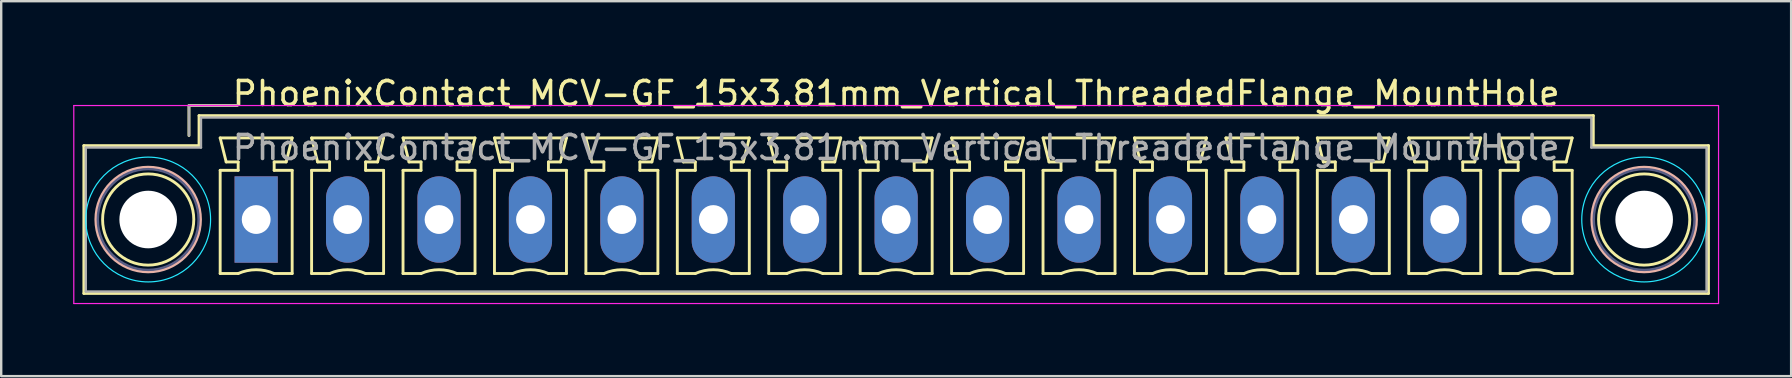
<source format=kicad_pcb>
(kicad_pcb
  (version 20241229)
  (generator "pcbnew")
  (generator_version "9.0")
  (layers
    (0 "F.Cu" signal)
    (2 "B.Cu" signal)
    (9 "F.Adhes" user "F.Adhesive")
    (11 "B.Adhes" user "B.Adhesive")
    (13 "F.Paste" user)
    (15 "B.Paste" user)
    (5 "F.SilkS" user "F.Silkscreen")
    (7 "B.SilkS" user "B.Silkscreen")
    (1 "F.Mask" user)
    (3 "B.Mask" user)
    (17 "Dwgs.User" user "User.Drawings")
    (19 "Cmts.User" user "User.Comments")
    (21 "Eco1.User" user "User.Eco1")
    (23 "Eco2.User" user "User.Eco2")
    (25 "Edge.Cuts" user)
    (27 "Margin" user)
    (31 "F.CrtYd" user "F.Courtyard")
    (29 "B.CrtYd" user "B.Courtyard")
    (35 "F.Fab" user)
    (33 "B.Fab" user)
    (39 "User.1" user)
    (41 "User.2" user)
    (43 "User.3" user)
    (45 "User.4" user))
  (footprint "PhoenixContact_MCV-GF_15x3.81mm_Vertical_ThreadedFlange_MountHole"
    (layer "F.Cu")
    (at 7.625 6.098)
    (property "Reference" "PhoenixContact_MCV-GF_15x3.81mm_Vertical_ThreadedFlange_MountHole" (at 26.67 -5.25 0) (layer "F.SilkS") (effects (font (size 1 1) (thickness 0.15))))
    (attr through_hole)
    (fp_line (start -7.18 -3.08) (end -7.18 3.08) (stroke (width 0.12) (type solid)) (layer "F.SilkS"))
    (fp_line (start -7.18 3.08) (end 60.52 3.08) (stroke (width 0.12) (type solid)) (layer "F.SilkS"))
    (fp_line (start -2.8 -4.75) (end -0.8 -4.75) (stroke (width 0.12) (type solid)) (layer "F.SilkS"))
    (fp_line (start -2.8 -3.5) (end -2.8 -4.75) (stroke (width 0.12) (type solid)) (layer "F.SilkS"))
    (fp_line (start -2.38 -4.33) (end -2.38 -3.08) (stroke (width 0.12) (type solid)) (layer "F.SilkS"))
    (fp_line (start -2.38 -3.08) (end -7.18 -3.08) (stroke (width 0.12) (type solid)) (layer "F.SilkS"))
    (fp_line (start -1.5 -3.4) (end 1.5 -3.4) (stroke (width 0.12) (type solid)) (layer "F.SilkS"))
    (fp_line (start -1.5 -2.05) (end -0.75 -2.05) (stroke (width 0.12) (type solid)) (layer "F.SilkS"))
    (fp_line (start -1.5 2.25) (end -1.5 -2.05) (stroke (width 0.12) (type solid)) (layer "F.SilkS"))
    (fp_line (start -1.25 -2.4) (end -1.5 -3.4) (stroke (width 0.12) (type solid)) (layer "F.SilkS"))
    (fp_line (start -0.75 -2.4) (end -1.25 -2.4) (stroke (width 0.12) (type solid)) (layer "F.SilkS"))
    (fp_line (start -0.75 -2.05) (end -0.75 -2.4) (stroke (width 0.12) (type solid)) (layer "F.SilkS"))
    (fp_line (start -0.75 2.25) (end -1.5 2.25) (stroke (width 0.12) (type solid)) (layer "F.SilkS"))
    (fp_line (start 0.75 -2.4) (end 0.75 -2.05) (stroke (width 0.12) (type solid)) (layer "F.SilkS"))
    (fp_line (start 0.75 -2.05) (end 1.5 -2.05) (stroke (width 0.12) (type solid)) (layer "F.SilkS"))
    (fp_line (start 1.25 -2.4) (end 0.75 -2.4) (stroke (width 0.12) (type solid)) (layer "F.SilkS"))
    (fp_line (start 1.5 -3.4) (end 1.25 -2.4) (stroke (width 0.12) (type solid)) (layer "F.SilkS"))
    (fp_line (start 1.5 -2.05) (end 1.5 2.25) (stroke (width 0.12) (type solid)) (layer "F.SilkS"))
    (fp_line (start 1.5 2.25) (end 0.75 2.25) (stroke (width 0.12) (type solid)) (layer "F.SilkS"))
    (fp_line (start 2.31 -3.4) (end 5.31 -3.4) (stroke (width 0.12) (type solid)) (layer "F.SilkS"))
    (fp_line (start 2.31 -2.05) (end 3.06 -2.05) (stroke (width 0.12) (type solid)) (layer "F.SilkS"))
    (fp_line (start 2.31 2.25) (end 2.31 -2.05) (stroke (width 0.12) (type solid)) (layer "F.SilkS"))
    (fp_line (start 2.56 -2.4) (end 2.31 -3.4) (stroke (width 0.12) (type solid)) (layer "F.SilkS"))
    (fp_line (start 3.06 -2.4) (end 2.56 -2.4) (stroke (width 0.12) (type solid)) (layer "F.SilkS"))
    (fp_line (start 3.06 -2.05) (end 3.06 -2.4) (stroke (width 0.12) (type solid)) (layer "F.SilkS"))
    (fp_line (start 3.06 2.25) (end 2.31 2.25) (stroke (width 0.12) (type solid)) (layer "F.SilkS"))
    (fp_line (start 4.56 -2.4) (end 4.56 -2.05) (stroke (width 0.12) (type solid)) (layer "F.SilkS"))
    (fp_line (start 4.56 -2.05) (end 5.31 -2.05) (stroke (width 0.12) (type solid)) (layer "F.SilkS"))
    (fp_line (start 5.06 -2.4) (end 4.56 -2.4) (stroke (width 0.12) (type solid)) (layer "F.SilkS"))
    (fp_line (start 5.31 -3.4) (end 5.06 -2.4) (stroke (width 0.12) (type solid)) (layer "F.SilkS"))
    (fp_line (start 5.31 -2.05) (end 5.31 2.25) (stroke (width 0.12) (type solid)) (layer "F.SilkS"))
    (fp_line (start 5.31 2.25) (end 4.56 2.25) (stroke (width 0.12) (type solid)) (layer "F.SilkS"))
    (fp_line (start 6.12 -3.4) (end 9.12 -3.4) (stroke (width 0.12) (type solid)) (layer "F.SilkS"))
    (fp_line (start 6.12 -2.05) (end 6.87 -2.05) (stroke (width 0.12) (type solid)) (layer "F.SilkS"))
    (fp_line (start 6.12 2.25) (end 6.12 -2.05) (stroke (width 0.12) (type solid)) (layer "F.SilkS"))
    (fp_line (start 6.37 -2.4) (end 6.12 -3.4) (stroke (width 0.12) (type solid)) (layer "F.SilkS"))
    (fp_line (start 6.87 -2.4) (end 6.37 -2.4) (stroke (width 0.12) (type solid)) (layer "F.SilkS"))
    (fp_line (start 6.87 -2.05) (end 6.87 -2.4) (stroke (width 0.12) (type solid)) (layer "F.SilkS"))
    (fp_line (start 6.87 2.25) (end 6.12 2.25) (stroke (width 0.12) (type solid)) (layer "F.SilkS"))
    (fp_line (start 8.37 -2.4) (end 8.37 -2.05) (stroke (width 0.12) (type solid)) (layer "F.SilkS"))
    (fp_line (start 8.37 -2.05) (end 9.12 -2.05) (stroke (width 0.12) (type solid)) (layer "F.SilkS"))
    (fp_line (start 8.87 -2.4) (end 8.37 -2.4) (stroke (width 0.12) (type solid)) (layer "F.SilkS"))
    (fp_line (start 9.12 -3.4) (end 8.87 -2.4) (stroke (width 0.12) (type solid)) (layer "F.SilkS"))
    (fp_line (start 9.12 -2.05) (end 9.12 2.25) (stroke (width 0.12) (type solid)) (layer "F.SilkS"))
    (fp_line (start 9.12 2.25) (end 8.37 2.25) (stroke (width 0.12) (type solid)) (layer "F.SilkS"))
    (fp_line (start 9.93 -3.4) (end 12.93 -3.4) (stroke (width 0.12) (type solid)) (layer "F.SilkS"))
    (fp_line (start 9.93 -2.05) (end 10.68 -2.05) (stroke (width 0.12) (type solid)) (layer "F.SilkS"))
    (fp_line (start 9.93 2.25) (end 9.93 -2.05) (stroke (width 0.12) (type solid)) (layer "F.SilkS"))
    (fp_line (start 10.18 -2.4) (end 9.93 -3.4) (stroke (width 0.12) (type solid)) (layer "F.SilkS"))
    (fp_line (start 10.68 -2.4) (end 10.18 -2.4) (stroke (width 0.12) (type solid)) (layer "F.SilkS"))
    (fp_line (start 10.68 -2.05) (end 10.68 -2.4) (stroke (width 0.12) (type solid)) (layer "F.SilkS"))
    (fp_line (start 10.68 2.25) (end 9.93 2.25) (stroke (width 0.12) (type solid)) (layer "F.SilkS"))
    (fp_line (start 12.18 -2.4) (end 12.18 -2.05) (stroke (width 0.12) (type solid)) (layer "F.SilkS"))
    (fp_line (start 12.18 -2.05) (end 12.93 -2.05) (stroke (width 0.12) (type solid)) (layer "F.SilkS"))
    (fp_line (start 12.68 -2.4) (end 12.18 -2.4) (stroke (width 0.12) (type solid)) (layer "F.SilkS"))
    (fp_line (start 12.93 -3.4) (end 12.68 -2.4) (stroke (width 0.12) (type solid)) (layer "F.SilkS"))
    (fp_line (start 12.93 -2.05) (end 12.93 2.25) (stroke (width 0.12) (type solid)) (layer "F.SilkS"))
    (fp_line (start 12.93 2.25) (end 12.18 2.25) (stroke (width 0.12) (type solid)) (layer "F.SilkS"))
    (fp_line (start 13.74 -3.4) (end 16.74 -3.4) (stroke (width 0.12) (type solid)) (layer "F.SilkS"))
    (fp_line (start 13.74 -2.05) (end 14.49 -2.05) (stroke (width 0.12) (type solid)) (layer "F.SilkS"))
    (fp_line (start 13.74 2.25) (end 13.74 -2.05) (stroke (width 0.12) (type solid)) (layer "F.SilkS"))
    (fp_line (start 13.99 -2.4) (end 13.74 -3.4) (stroke (width 0.12) (type solid)) (layer "F.SilkS"))
    (fp_line (start 14.49 -2.4) (end 13.99 -2.4) (stroke (width 0.12) (type solid)) (layer "F.SilkS"))
    (fp_line (start 14.49 -2.05) (end 14.49 -2.4) (stroke (width 0.12) (type solid)) (layer "F.SilkS"))
    (fp_line (start 14.49 2.25) (end 13.74 2.25) (stroke (width 0.12) (type solid)) (layer "F.SilkS"))
    (fp_line (start 15.99 -2.4) (end 15.99 -2.05) (stroke (width 0.12) (type solid)) (layer "F.SilkS"))
    (fp_line (start 15.99 -2.05) (end 16.74 -2.05) (stroke (width 0.12) (type solid)) (layer "F.SilkS"))
    (fp_line (start 16.49 -2.4) (end 15.99 -2.4) (stroke (width 0.12) (type solid)) (layer "F.SilkS"))
    (fp_line (start 16.74 -3.4) (end 16.49 -2.4) (stroke (width 0.12) (type solid)) (layer "F.SilkS"))
    (fp_line (start 16.74 -2.05) (end 16.74 2.25) (stroke (width 0.12) (type solid)) (layer "F.SilkS"))
    (fp_line (start 16.74 2.25) (end 15.99 2.25) (stroke (width 0.12) (type solid)) (layer "F.SilkS"))
    (fp_line (start 17.55 -3.4) (end 20.55 -3.4) (stroke (width 0.12) (type solid)) (layer "F.SilkS"))
    (fp_line (start 17.55 -2.05) (end 18.3 -2.05) (stroke (width 0.12) (type solid)) (layer "F.SilkS"))
    (fp_line (start 17.55 2.25) (end 17.55 -2.05) (stroke (width 0.12) (type solid)) (layer "F.SilkS"))
    (fp_line (start 17.8 -2.4) (end 17.55 -3.4) (stroke (width 0.12) (type solid)) (layer "F.SilkS"))
    (fp_line (start 18.3 -2.4) (end 17.8 -2.4) (stroke (width 0.12) (type solid)) (layer "F.SilkS"))
    (fp_line (start 18.3 -2.05) (end 18.3 -2.4) (stroke (width 0.12) (type solid)) (layer "F.SilkS"))
    (fp_line (start 18.3 2.25) (end 17.55 2.25) (stroke (width 0.12) (type solid)) (layer "F.SilkS"))
    (fp_line (start 19.8 -2.4) (end 19.8 -2.05) (stroke (width 0.12) (type solid)) (layer "F.SilkS"))
    (fp_line (start 19.8 -2.05) (end 20.55 -2.05) (stroke (width 0.12) (type solid)) (layer "F.SilkS"))
    (fp_line (start 20.3 -2.4) (end 19.8 -2.4) (stroke (width 0.12) (type solid)) (layer "F.SilkS"))
    (fp_line (start 20.55 -3.4) (end 20.3 -2.4) (stroke (width 0.12) (type solid)) (layer "F.SilkS"))
    (fp_line (start 20.55 -2.05) (end 20.55 2.25) (stroke (width 0.12) (type solid)) (layer "F.SilkS"))
    (fp_line (start 20.55 2.25) (end 19.8 2.25) (stroke (width 0.12) (type solid)) (layer "F.SilkS"))
    (fp_line (start 21.36 -3.4) (end 24.36 -3.4) (stroke (width 0.12) (type solid)) (layer "F.SilkS"))
    (fp_line (start 21.36 -2.05) (end 22.11 -2.05) (stroke (width 0.12) (type solid)) (layer "F.SilkS"))
    (fp_line (start 21.36 2.25) (end 21.36 -2.05) (stroke (width 0.12) (type solid)) (layer "F.SilkS"))
    (fp_line (start 21.61 -2.4) (end 21.36 -3.4) (stroke (width 0.12) (type solid)) (layer "F.SilkS"))
    (fp_line (start 22.11 -2.4) (end 21.61 -2.4) (stroke (width 0.12) (type solid)) (layer "F.SilkS"))
    (fp_line (start 22.11 -2.05) (end 22.11 -2.4) (stroke (width 0.12) (type solid)) (layer "F.SilkS"))
    (fp_line (start 22.11 2.25) (end 21.36 2.25) (stroke (width 0.12) (type solid)) (layer "F.SilkS"))
    (fp_line (start 23.61 -2.4) (end 23.61 -2.05) (stroke (width 0.12) (type solid)) (layer "F.SilkS"))
    (fp_line (start 23.61 -2.05) (end 24.36 -2.05) (stroke (width 0.12) (type solid)) (layer "F.SilkS"))
    (fp_line (start 24.11 -2.4) (end 23.61 -2.4) (stroke (width 0.12) (type solid)) (layer "F.SilkS"))
    (fp_line (start 24.36 -3.4) (end 24.11 -2.4) (stroke (width 0.12) (type solid)) (layer "F.SilkS"))
    (fp_line (start 24.36 -2.05) (end 24.36 2.25) (stroke (width 0.12) (type solid)) (layer "F.SilkS"))
    (fp_line (start 24.36 2.25) (end 23.61 2.25) (stroke (width 0.12) (type solid)) (layer "F.SilkS"))
    (fp_line (start 25.17 -3.4) (end 28.17 -3.4) (stroke (width 0.12) (type solid)) (layer "F.SilkS"))
    (fp_line (start 25.17 -2.05) (end 25.92 -2.05) (stroke (width 0.12) (type solid)) (layer "F.SilkS"))
    (fp_line (start 25.17 2.25) (end 25.17 -2.05) (stroke (width 0.12) (type solid)) (layer "F.SilkS"))
    (fp_line (start 25.42 -2.4) (end 25.17 -3.4) (stroke (width 0.12) (type solid)) (layer "F.SilkS"))
    (fp_line (start 25.92 -2.4) (end 25.42 -2.4) (stroke (width 0.12) (type solid)) (layer "F.SilkS"))
    (fp_line (start 25.92 -2.05) (end 25.92 -2.4) (stroke (width 0.12) (type solid)) (layer "F.SilkS"))
    (fp_line (start 25.92 2.25) (end 25.17 2.25) (stroke (width 0.12) (type solid)) (layer "F.SilkS"))
    (fp_line (start 27.42 -2.4) (end 27.42 -2.05) (stroke (width 0.12) (type solid)) (layer "F.SilkS"))
    (fp_line (start 27.42 -2.05) (end 28.17 -2.05) (stroke (width 0.12) (type solid)) (layer "F.SilkS"))
    (fp_line (start 27.92 -2.4) (end 27.42 -2.4) (stroke (width 0.12) (type solid)) (layer "F.SilkS"))
    (fp_line (start 28.17 -3.4) (end 27.92 -2.4) (stroke (width 0.12) (type solid)) (layer "F.SilkS"))
    (fp_line (start 28.17 -2.05) (end 28.17 2.25) (stroke (width 0.12) (type solid)) (layer "F.SilkS"))
    (fp_line (start 28.17 2.25) (end 27.42 2.25) (stroke (width 0.12) (type solid)) (layer "F.SilkS"))
    (fp_line (start 28.98 -3.4) (end 31.98 -3.4) (stroke (width 0.12) (type solid)) (layer "F.SilkS"))
    (fp_line (start 28.98 -2.05) (end 29.73 -2.05) (stroke (width 0.12) (type solid)) (layer "F.SilkS"))
    (fp_line (start 28.98 2.25) (end 28.98 -2.05) (stroke (width 0.12) (type solid)) (layer "F.SilkS"))
    (fp_line (start 29.23 -2.4) (end 28.98 -3.4) (stroke (width 0.12) (type solid)) (layer "F.SilkS"))
    (fp_line (start 29.73 -2.4) (end 29.23 -2.4) (stroke (width 0.12) (type solid)) (layer "F.SilkS"))
    (fp_line (start 29.73 -2.05) (end 29.73 -2.4) (stroke (width 0.12) (type solid)) (layer "F.SilkS"))
    (fp_line (start 29.73 2.25) (end 28.98 2.25) (stroke (width 0.12) (type solid)) (layer "F.SilkS"))
    (fp_line (start 31.23 -2.4) (end 31.23 -2.05) (stroke (width 0.12) (type solid)) (layer "F.SilkS"))
    (fp_line (start 31.23 -2.05) (end 31.98 -2.05) (stroke (width 0.12) (type solid)) (layer "F.SilkS"))
    (fp_line (start 31.73 -2.4) (end 31.23 -2.4) (stroke (width 0.12) (type solid)) (layer "F.SilkS"))
    (fp_line (start 31.98 -3.4) (end 31.73 -2.4) (stroke (width 0.12) (type solid)) (layer "F.SilkS"))
    (fp_line (start 31.98 -2.05) (end 31.98 2.25) (stroke (width 0.12) (type solid)) (layer "F.SilkS"))
    (fp_line (start 31.98 2.25) (end 31.23 2.25) (stroke (width 0.12) (type solid)) (layer "F.SilkS"))
    (fp_line (start 32.79 -3.4) (end 35.79 -3.4) (stroke (width 0.12) (type solid)) (layer "F.SilkS"))
    (fp_line (start 32.79 -2.05) (end 33.54 -2.05) (stroke (width 0.12) (type solid)) (layer "F.SilkS"))
    (fp_line (start 32.79 2.25) (end 32.79 -2.05) (stroke (width 0.12) (type solid)) (layer "F.SilkS"))
    (fp_line (start 33.04 -2.4) (end 32.79 -3.4) (stroke (width 0.12) (type solid)) (layer "F.SilkS"))
    (fp_line (start 33.54 -2.4) (end 33.04 -2.4) (stroke (width 0.12) (type solid)) (layer "F.SilkS"))
    (fp_line (start 33.54 -2.05) (end 33.54 -2.4) (stroke (width 0.12) (type solid)) (layer "F.SilkS"))
    (fp_line (start 33.54 2.25) (end 32.79 2.25) (stroke (width 0.12) (type solid)) (layer "F.SilkS"))
    (fp_line (start 35.04 -2.4) (end 35.04 -2.05) (stroke (width 0.12) (type solid)) (layer "F.SilkS"))
    (fp_line (start 35.04 -2.05) (end 35.79 -2.05) (stroke (width 0.12) (type solid)) (layer "F.SilkS"))
    (fp_line (start 35.54 -2.4) (end 35.04 -2.4) (stroke (width 0.12) (type solid)) (layer "F.SilkS"))
    (fp_line (start 35.79 -3.4) (end 35.54 -2.4) (stroke (width 0.12) (type solid)) (layer "F.SilkS"))
    (fp_line (start 35.79 -2.05) (end 35.79 2.25) (stroke (width 0.12) (type solid)) (layer "F.SilkS"))
    (fp_line (start 35.79 2.25) (end 35.04 2.25) (stroke (width 0.12) (type solid)) (layer "F.SilkS"))
    (fp_line (start 36.6 -3.4) (end 39.6 -3.4) (stroke (width 0.12) (type solid)) (layer "F.SilkS"))
    (fp_line (start 36.6 -2.05) (end 37.35 -2.05) (stroke (width 0.12) (type solid)) (layer "F.SilkS"))
    (fp_line (start 36.6 2.25) (end 36.6 -2.05) (stroke (width 0.12) (type solid)) (layer "F.SilkS"))
    (fp_line (start 36.85 -2.4) (end 36.6 -3.4) (stroke (width 0.12) (type solid)) (layer "F.SilkS"))
    (fp_line (start 37.35 -2.4) (end 36.85 -2.4) (stroke (width 0.12) (type solid)) (layer "F.SilkS"))
    (fp_line (start 37.35 -2.05) (end 37.35 -2.4) (stroke (width 0.12) (type solid)) (layer "F.SilkS"))
    (fp_line (start 37.35 2.25) (end 36.6 2.25) (stroke (width 0.12) (type solid)) (layer "F.SilkS"))
    (fp_line (start 38.85 -2.4) (end 38.85 -2.05) (stroke (width 0.12) (type solid)) (layer "F.SilkS"))
    (fp_line (start 38.85 -2.05) (end 39.6 -2.05) (stroke (width 0.12) (type solid)) (layer "F.SilkS"))
    (fp_line (start 39.35 -2.4) (end 38.85 -2.4) (stroke (width 0.12) (type solid)) (layer "F.SilkS"))
    (fp_line (start 39.6 -3.4) (end 39.35 -2.4) (stroke (width 0.12) (type solid)) (layer "F.SilkS"))
    (fp_line (start 39.6 -2.05) (end 39.6 2.25) (stroke (width 0.12) (type solid)) (layer "F.SilkS"))
    (fp_line (start 39.6 2.25) (end 38.85 2.25) (stroke (width 0.12) (type solid)) (layer "F.SilkS"))
    (fp_line (start 40.41 -3.4) (end 43.41 -3.4) (stroke (width 0.12) (type solid)) (layer "F.SilkS"))
    (fp_line (start 40.41 -2.05) (end 41.16 -2.05) (stroke (width 0.12) (type solid)) (layer "F.SilkS"))
    (fp_line (start 40.41 2.25) (end 40.41 -2.05) (stroke (width 0.12) (type solid)) (layer "F.SilkS"))
    (fp_line (start 40.66 -2.4) (end 40.41 -3.4) (stroke (width 0.12) (type solid)) (layer "F.SilkS"))
    (fp_line (start 41.16 -2.4) (end 40.66 -2.4) (stroke (width 0.12) (type solid)) (layer "F.SilkS"))
    (fp_line (start 41.16 -2.05) (end 41.16 -2.4) (stroke (width 0.12) (type solid)) (layer "F.SilkS"))
    (fp_line (start 41.16 2.25) (end 40.41 2.25) (stroke (width 0.12) (type solid)) (layer "F.SilkS"))
    (fp_line (start 42.66 -2.4) (end 42.66 -2.05) (stroke (width 0.12) (type solid)) (layer "F.SilkS"))
    (fp_line (start 42.66 -2.05) (end 43.41 -2.05) (stroke (width 0.12) (type solid)) (layer "F.SilkS"))
    (fp_line (start 43.16 -2.4) (end 42.66 -2.4) (stroke (width 0.12) (type solid)) (layer "F.SilkS"))
    (fp_line (start 43.41 -3.4) (end 43.16 -2.4) (stroke (width 0.12) (type solid)) (layer "F.SilkS"))
    (fp_line (start 43.41 -2.05) (end 43.41 2.25) (stroke (width 0.12) (type solid)) (layer "F.SilkS"))
    (fp_line (start 43.41 2.25) (end 42.66 2.25) (stroke (width 0.12) (type solid)) (layer "F.SilkS"))
    (fp_line (start 44.22 -3.4) (end 47.22 -3.4) (stroke (width 0.12) (type solid)) (layer "F.SilkS"))
    (fp_line (start 44.22 -2.05) (end 44.97 -2.05) (stroke (width 0.12) (type solid)) (layer "F.SilkS"))
    (fp_line (start 44.22 2.25) (end 44.22 -2.05) (stroke (width 0.12) (type solid)) (layer "F.SilkS"))
    (fp_line (start 44.47 -2.4) (end 44.22 -3.4) (stroke (width 0.12) (type solid)) (layer "F.SilkS"))
    (fp_line (start 44.97 -2.4) (end 44.47 -2.4) (stroke (width 0.12) (type solid)) (layer "F.SilkS"))
    (fp_line (start 44.97 -2.05) (end 44.97 -2.4) (stroke (width 0.12) (type solid)) (layer "F.SilkS"))
    (fp_line (start 44.97 2.25) (end 44.22 2.25) (stroke (width 0.12) (type solid)) (layer "F.SilkS"))
    (fp_line (start 46.47 -2.4) (end 46.47 -2.05) (stroke (width 0.12) (type solid)) (layer "F.SilkS"))
    (fp_line (start 46.47 -2.05) (end 47.22 -2.05) (stroke (width 0.12) (type solid)) (layer "F.SilkS"))
    (fp_line (start 46.97 -2.4) (end 46.47 -2.4) (stroke (width 0.12) (type solid)) (layer "F.SilkS"))
    (fp_line (start 47.22 -3.4) (end 46.97 -2.4) (stroke (width 0.12) (type solid)) (layer "F.SilkS"))
    (fp_line (start 47.22 -2.05) (end 47.22 2.25) (stroke (width 0.12) (type solid)) (layer "F.SilkS"))
    (fp_line (start 47.22 2.25) (end 46.47 2.25) (stroke (width 0.12) (type solid)) (layer "F.SilkS"))
    (fp_line (start 48.03 -3.4) (end 51.03 -3.4) (stroke (width 0.12) (type solid)) (layer "F.SilkS"))
    (fp_line (start 48.03 -2.05) (end 48.78 -2.05) (stroke (width 0.12) (type solid)) (layer "F.SilkS"))
    (fp_line (start 48.03 2.25) (end 48.03 -2.05) (stroke (width 0.12) (type solid)) (layer "F.SilkS"))
    (fp_line (start 48.28 -2.4) (end 48.03 -3.4) (stroke (width 0.12) (type solid)) (layer "F.SilkS"))
    (fp_line (start 48.78 -2.4) (end 48.28 -2.4) (stroke (width 0.12) (type solid)) (layer "F.SilkS"))
    (fp_line (start 48.78 -2.05) (end 48.78 -2.4) (stroke (width 0.12) (type solid)) (layer "F.SilkS"))
    (fp_line (start 48.78 2.25) (end 48.03 2.25) (stroke (width 0.12) (type solid)) (layer "F.SilkS"))
    (fp_line (start 50.28 -2.4) (end 50.28 -2.05) (stroke (width 0.12) (type solid)) (layer "F.SilkS"))
    (fp_line (start 50.28 -2.05) (end 51.03 -2.05) (stroke (width 0.12) (type solid)) (layer "F.SilkS"))
    (fp_line (start 50.78 -2.4) (end 50.28 -2.4) (stroke (width 0.12) (type solid)) (layer "F.SilkS"))
    (fp_line (start 51.03 -3.4) (end 50.78 -2.4) (stroke (width 0.12) (type solid)) (layer "F.SilkS"))
    (fp_line (start 51.03 -2.05) (end 51.03 2.25) (stroke (width 0.12) (type solid)) (layer "F.SilkS"))
    (fp_line (start 51.03 2.25) (end 50.28 2.25) (stroke (width 0.12) (type solid)) (layer "F.SilkS"))
    (fp_line (start 51.84 -3.4) (end 54.84 -3.4) (stroke (width 0.12) (type solid)) (layer "F.SilkS"))
    (fp_line (start 51.84 -2.05) (end 52.59 -2.05) (stroke (width 0.12) (type solid)) (layer "F.SilkS"))
    (fp_line (start 51.84 2.25) (end 51.84 -2.05) (stroke (width 0.12) (type solid)) (layer "F.SilkS"))
    (fp_line (start 52.09 -2.4) (end 51.84 -3.4) (stroke (width 0.12) (type solid)) (layer "F.SilkS"))
    (fp_line (start 52.59 -2.4) (end 52.09 -2.4) (stroke (width 0.12) (type solid)) (layer "F.SilkS"))
    (fp_line (start 52.59 -2.05) (end 52.59 -2.4) (stroke (width 0.12) (type solid)) (layer "F.SilkS"))
    (fp_line (start 52.59 2.25) (end 51.84 2.25) (stroke (width 0.12) (type solid)) (layer "F.SilkS"))
    (fp_line (start 54.09 -2.4) (end 54.09 -2.05) (stroke (width 0.12) (type solid)) (layer "F.SilkS"))
    (fp_line (start 54.09 -2.05) (end 54.84 -2.05) (stroke (width 0.12) (type solid)) (layer "F.SilkS"))
    (fp_line (start 54.59 -2.4) (end 54.09 -2.4) (stroke (width 0.12) (type solid)) (layer "F.SilkS"))
    (fp_line (start 54.84 -3.4) (end 54.59 -2.4) (stroke (width 0.12) (type solid)) (layer "F.SilkS"))
    (fp_line (start 54.84 -2.05) (end 54.84 2.25) (stroke (width 0.12) (type solid)) (layer "F.SilkS"))
    (fp_line (start 54.84 2.25) (end 54.09 2.25) (stroke (width 0.12) (type solid)) (layer "F.SilkS"))
    (fp_line (start 55.72 -4.33) (end -2.38 -4.33) (stroke (width 0.12) (type solid)) (layer "F.SilkS"))
    (fp_line (start 55.72 -3.08) (end 55.72 -4.33) (stroke (width 0.12) (type solid)) (layer "F.SilkS"))
    (fp_line (start 60.52 -3.08) (end 55.72 -3.08) (stroke (width 0.12) (type solid)) (layer "F.SilkS"))
    (fp_line (start 60.52 3.08) (end 60.52 -3.08) (stroke (width 0.12) (type solid)) (layer "F.SilkS"))
    (fp_arc (start -0.75 2.25) (mid -0.000193 2.09191) (end 0.749647 2.249844) (stroke (width 0.12) (type solid)) (layer "F.SilkS"))
    (fp_arc (start 3.06 2.25) (mid 3.809807 2.09191) (end 4.559647 2.249844) (stroke (width 0.12) (type solid)) (layer "F.SilkS"))
    (fp_arc (start 6.87 2.25) (mid 7.619807 2.09191) (end 8.369647 2.249844) (stroke (width 0.12) (type solid)) (layer "F.SilkS"))
    (fp_arc (start 10.68 2.25) (mid 11.429807 2.09191) (end 12.179647 2.249844) (stroke (width 0.12) (type solid)) (layer "F.SilkS"))
    (fp_arc (start 14.49 2.25) (mid 15.239807 2.09191) (end 15.989647 2.249844) (stroke (width 0.12) (type solid)) (layer "F.SilkS"))
    (fp_arc (start 18.3 2.25) (mid 19.049807 2.09191) (end 19.799647 2.249844) (stroke (width 0.12) (type solid)) (layer "F.SilkS"))
    (fp_arc (start 22.11 2.25) (mid 22.859807 2.09191) (end 23.609647 2.249844) (stroke (width 0.12) (type solid)) (layer "F.SilkS"))
    (fp_arc (start 25.92 2.25) (mid 26.669807 2.09191) (end 27.419647 2.249844) (stroke (width 0.12) (type solid)) (layer "F.SilkS"))
    (fp_arc (start 29.73 2.25) (mid 30.479807 2.09191) (end 31.229647 2.249844) (stroke (width 0.12) (type solid)) (layer "F.SilkS"))
    (fp_arc (start 33.54 2.25) (mid 34.289807 2.09191) (end 35.039647 2.249844) (stroke (width 0.12) (type solid)) (layer "F.SilkS"))
    (fp_arc (start 37.35 2.25) (mid 38.099807 2.09191) (end 38.849647 2.249844) (stroke (width 0.12) (type solid)) (layer "F.SilkS"))
    (fp_arc (start 41.16 2.25) (mid 41.909807 2.09191) (end 42.659647 2.249844) (stroke (width 0.12) (type solid)) (layer "F.SilkS"))
    (fp_arc (start 44.97 2.25) (mid 45.719807 2.09191) (end 46.469647 2.249844) (stroke (width 0.12) (type solid)) (layer "F.SilkS"))
    (fp_arc (start 48.78 2.25) (mid 49.529807 2.09191) (end 50.279647 2.249844) (stroke (width 0.12) (type solid)) (layer "F.SilkS"))
    (fp_arc (start 52.59 2.25) (mid 53.339807 2.09191) (end 54.089647 2.249844) (stroke (width 0.12) (type solid)) (layer "F.SilkS"))
    (fp_circle (center -4.5 0) (end -2.6 0) (stroke (width 0.12) (type solid)) (fill no) (layer "F.SilkS"))
    (fp_circle (center 57.84 0) (end 59.74 0) (stroke (width 0.12) (type solid)) (fill no) (layer "F.SilkS"))
    (fp_circle (center -4.5 0) (end -2.32 0) (stroke (width 0.12) (type solid)) (fill no) (layer "B.SilkS"))
    (fp_circle (center 57.84 0) (end 60.02 0) (stroke (width 0.12) (type solid)) (fill no) (layer "B.SilkS"))
    (fp_circle (center -4.5 0) (end -1.9 0) (stroke (width 0.05) (type solid)) (fill no) (layer "B.CrtYd"))
    (fp_circle (center 57.84 0) (end 60.44 0) (stroke (width 0.05) (type solid)) (fill no) (layer "B.CrtYd"))
    (fp_line (start -7.6 -4.75) (end -7.6 3.5) (stroke (width 0.05) (type solid)) (layer "F.CrtYd"))
    (fp_line (start -7.6 3.5) (end 60.94 3.5) (stroke (width 0.05) (type solid)) (layer "F.CrtYd"))
    (fp_line (start 60.94 -4.75) (end -7.6 -4.75) (stroke (width 0.05) (type solid)) (layer "F.CrtYd"))
    (fp_line (start 60.94 3.5) (end 60.94 -4.75) (stroke (width 0.05) (type solid)) (layer "F.CrtYd"))
    (fp_circle (center -4.5 0) (end -2.4 0) (stroke (width 0.1) (type solid)) (fill no) (layer "B.Fab"))
    (fp_circle (center 57.84 0) (end 59.94 0) (stroke (width 0.1) (type solid)) (fill no) (layer "B.Fab"))
    (fp_line (start -7.1 -3) (end -7.1 3) (stroke (width 0.1) (type solid)) (layer "F.Fab"))
    (fp_line (start -7.1 3) (end 60.44 3) (stroke (width 0.1) (type solid)) (layer "F.Fab"))
    (fp_line (start -2.8 -4.75) (end -0.8 -4.75) (stroke (width 0.1) (type solid)) (layer "F.Fab"))
    (fp_line (start -2.8 -3.5) (end -2.8 -4.75) (stroke (width 0.1) (type solid)) (layer "F.Fab"))
    (fp_line (start -2.3 -4.25) (end -2.3 -3) (stroke (width 0.1) (type solid)) (layer "F.Fab"))
    (fp_line (start -2.3 -3) (end -7.1 -3) (stroke (width 0.1) (type solid)) (layer "F.Fab"))
    (fp_line (start 55.64 -4.25) (end -2.3 -4.25) (stroke (width 0.1) (type solid)) (layer "F.Fab"))
    (fp_line (start 55.64 -3) (end 55.64 -4.25) (stroke (width 0.1) (type solid)) (layer "F.Fab"))
    (fp_line (start 60.44 -3) (end 55.64 -3) (stroke (width 0.1) (type solid)) (layer "F.Fab"))
    (fp_line (start 60.44 3) (end 60.44 -3) (stroke (width 0.1) (type solid)) (layer "F.Fab"))
    (fp_text user "${REFERENCE}" (at 26.67 -3 0) (layer "F.Fab") (effects (font (size 1 1) (thickness 0.15))))
    (pad "" np_thru_hole circle (at -4.5 0) (size 2.4 2.4) (drill 2.4) (layers "*.Cu" "*.Mask"))
    (pad "" np_thru_hole circle (at 57.84 0) (size 2.4 2.4) (drill 2.4) (layers "*.Cu" "*.Mask"))
    (pad "1" thru_hole rect (at 0 0) (size 1.8 3.6) (drill 1.2) (layers "*.Cu" "*.Mask"))
    (pad "2" thru_hole oval (at 3.81 0) (size 1.8 3.6) (drill 1.2) (layers "*.Cu" "*.Mask"))
    (pad "3" thru_hole oval (at 7.62 0) (size 1.8 3.6) (drill 1.2) (layers "*.Cu" "*.Mask"))
    (pad "4" thru_hole oval (at 11.43 0) (size 1.8 3.6) (drill 1.2) (layers "*.Cu" "*.Mask"))
    (pad "5" thru_hole oval (at 15.24 0) (size 1.8 3.6) (drill 1.2) (layers "*.Cu" "*.Mask"))
    (pad "6" thru_hole oval (at 19.05 0) (size 1.8 3.6) (drill 1.2) (layers "*.Cu" "*.Mask"))
    (pad "7" thru_hole oval (at 22.86 0) (size 1.8 3.6) (drill 1.2) (layers "*.Cu" "*.Mask"))
    (pad "8" thru_hole oval (at 26.67 0) (size 1.8 3.6) (drill 1.2) (layers "*.Cu" "*.Mask"))
    (pad "9" thru_hole oval (at 30.48 0) (size 1.8 3.6) (drill 1.2) (layers "*.Cu" "*.Mask"))
    (pad "10" thru_hole oval (at 34.29 0) (size 1.8 3.6) (drill 1.2) (layers "*.Cu" "*.Mask"))
    (pad "11" thru_hole oval (at 38.1 0) (size 1.8 3.6) (drill 1.2) (layers "*.Cu" "*.Mask"))
    (pad "12" thru_hole oval (at 41.91 0) (size 1.8 3.6) (drill 1.2) (layers "*.Cu" "*.Mask"))
    (pad "13" thru_hole oval (at 45.72 0) (size 1.8 3.6) (drill 1.2) (layers "*.Cu" "*.Mask"))
    (pad "14" thru_hole oval (at 49.53 0) (size 1.8 3.6) (drill 1.2) (layers "*.Cu" "*.Mask"))
    (pad "15" thru_hole oval (at 53.34 0) (size 1.8 3.6) (drill 1.2) (layers "*.Cu" "*.Mask")))
  (gr_rect
    (start -3 -3)
    (end 71.59 12.623)
    (stroke (width 0.1) (type default))
    (fill no)
    (layer "Edge.Cuts")))
</source>
